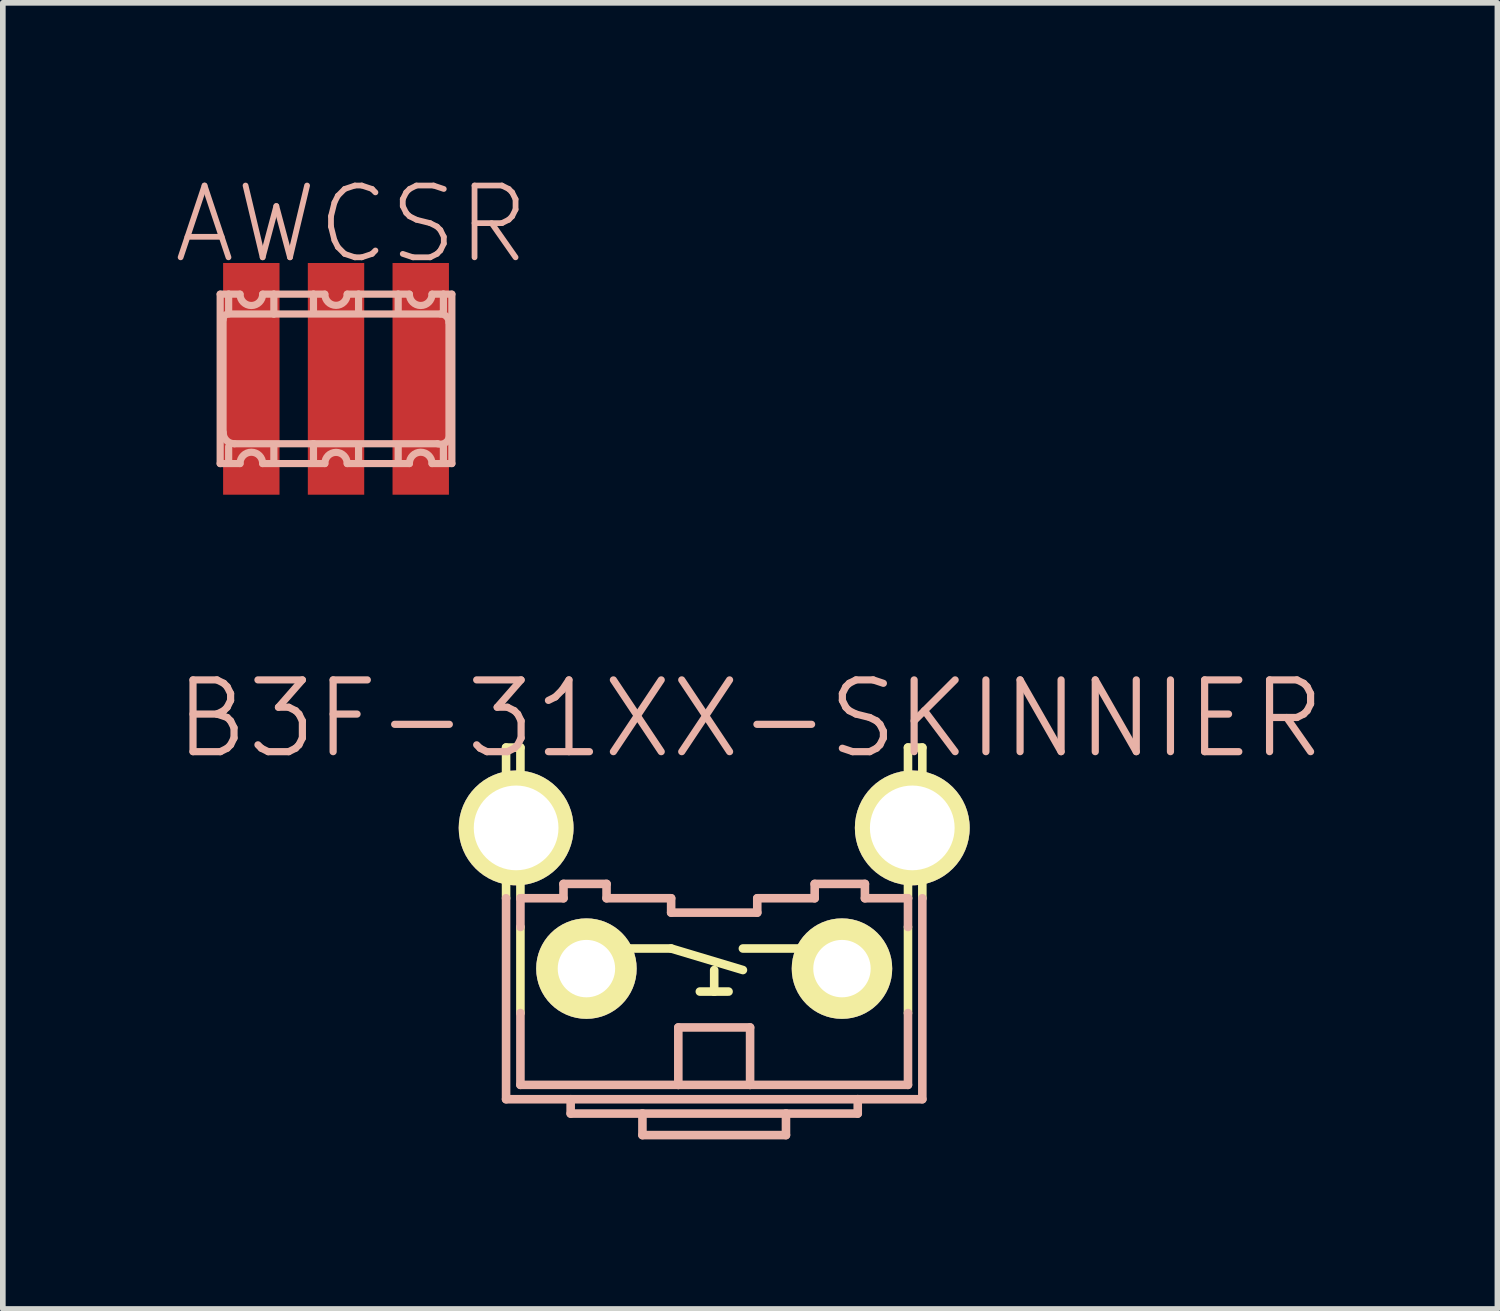
<source format=kicad_pcb>
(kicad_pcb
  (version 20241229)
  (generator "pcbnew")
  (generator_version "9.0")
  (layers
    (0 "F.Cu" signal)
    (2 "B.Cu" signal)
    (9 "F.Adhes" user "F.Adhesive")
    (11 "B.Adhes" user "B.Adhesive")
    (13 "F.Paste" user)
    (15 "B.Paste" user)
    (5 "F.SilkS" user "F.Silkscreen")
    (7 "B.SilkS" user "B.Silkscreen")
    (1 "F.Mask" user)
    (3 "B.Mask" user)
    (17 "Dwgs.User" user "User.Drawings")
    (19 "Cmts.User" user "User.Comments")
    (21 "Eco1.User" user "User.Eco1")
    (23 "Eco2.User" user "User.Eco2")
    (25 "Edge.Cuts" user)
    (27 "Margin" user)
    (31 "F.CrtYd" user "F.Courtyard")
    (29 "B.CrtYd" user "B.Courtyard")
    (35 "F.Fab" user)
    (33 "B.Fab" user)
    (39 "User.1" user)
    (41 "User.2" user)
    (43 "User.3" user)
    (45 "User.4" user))
  (footprint "B3F-31XX-SKINNIER"
    (layer "F.Cu")
    (at 9.588 12.845)
    (property "Reference" "B3F-31XX-SKINNIER" (at 0.635 -3.175 0) (layer "B.SilkS") (effects (font (size 1.27 1.27) (thickness 0.127))))
    (attr exclude_from_pos_files exclude_from_bom)
    (fp_line (start -3.683 -2.667) (end -3.429 -2.667) (stroke (width 0.152) (type solid)) (layer "F.SilkS"))
    (fp_line (start -3.683 0) (end -3.683 -2.667) (stroke (width 0.152) (type solid)) (layer "F.SilkS"))
    (fp_line (start -3.429 -2.667) (end -3.429 0) (stroke (width 0.152) (type solid)) (layer "F.SilkS"))
    (fp_line (start -3.429 0.508) (end -3.429 2.032) (stroke (width 0.152) (type solid)) (layer "F.SilkS"))
    (fp_line (start -1.651 0.889) (end -0.762 0.889) (stroke (width 0.152) (type solid)) (layer "F.SilkS"))
    (fp_line (start -0.762 0.889) (end 0.508 1.27) (stroke (width 0.152) (type solid)) (layer "F.SilkS"))
    (fp_line (start -0.254 1.651) (end 0 1.651) (stroke (width 0.152) (type solid)) (layer "F.SilkS"))
    (fp_line (start 0 1.27) (end 0 1.651) (stroke (width 0.152) (type solid)) (layer "F.SilkS"))
    (fp_line (start 0 1.651) (end 0.254 1.651) (stroke (width 0.152) (type solid)) (layer "F.SilkS"))
    (fp_line (start 0.508 0.889) (end 1.651 0.889) (stroke (width 0.152) (type solid)) (layer "F.SilkS"))
    (fp_line (start 3.429 -2.667) (end 3.683 -2.667) (stroke (width 0.152) (type solid)) (layer "F.SilkS"))
    (fp_line (start 3.429 0) (end 3.429 -2.667) (stroke (width 0.152) (type solid)) (layer "F.SilkS"))
    (fp_line (start 3.429 0.508) (end 3.429 2.032) (stroke (width 0.152) (type solid)) (layer "F.SilkS"))
    (fp_line (start 3.683 -2.667) (end 3.683 0) (stroke (width 0.152) (type solid)) (layer "F.SilkS"))
    (fp_line (start -3.683 0) (end -3.683 3.556) (stroke (width 0.152) (type solid)) (layer "B.SilkS"))
    (fp_line (start -3.429 0) (end -2.667 0) (stroke (width 0.152) (type solid)) (layer "B.SilkS"))
    (fp_line (start -3.429 0.508) (end -3.429 0) (stroke (width 0.152) (type solid)) (layer "B.SilkS"))
    (fp_line (start -3.429 2.032) (end -3.429 3.302) (stroke (width 0.152) (type solid)) (layer "B.SilkS"))
    (fp_line (start -3.429 3.302) (end -0.635 3.302) (stroke (width 0.152) (type solid)) (layer "B.SilkS"))
    (fp_line (start -2.667 -0.254) (end -2.667 0) (stroke (width 0.152) (type solid)) (layer "B.SilkS"))
    (fp_line (start -2.667 -0.254) (end -1.905 -0.254) (stroke (width 0.152) (type solid)) (layer "B.SilkS"))
    (fp_line (start -2.54 3.556) (end -2.54 3.81) (stroke (width 0.152) (type solid)) (layer "B.SilkS"))
    (fp_line (start -2.54 3.81) (end -1.27 3.81) (stroke (width 0.152) (type solid)) (layer "B.SilkS"))
    (fp_line (start -1.905 0) (end -1.905 -0.254) (stroke (width 0.152) (type solid)) (layer "B.SilkS"))
    (fp_line (start -1.905 0) (end -0.762 0) (stroke (width 0.152) (type solid)) (layer "B.SilkS"))
    (fp_line (start -1.27 3.81) (end -1.27 4.191) (stroke (width 0.152) (type solid)) (layer "B.SilkS"))
    (fp_line (start -1.27 3.81) (end 1.27 3.81) (stroke (width 0.152) (type solid)) (layer "B.SilkS"))
    (fp_line (start -1.27 4.191) (end 1.27 4.191) (stroke (width 0.152) (type solid)) (layer "B.SilkS"))
    (fp_line (start -0.762 0.254) (end -0.762 0) (stroke (width 0.152) (type solid)) (layer "B.SilkS"))
    (fp_line (start -0.762 0.254) (end 0.762 0.254) (stroke (width 0.152) (type solid)) (layer "B.SilkS"))
    (fp_line (start -0.635 2.286) (end 0.635 2.286) (stroke (width 0.152) (type solid)) (layer "B.SilkS"))
    (fp_line (start -0.635 3.302) (end -0.635 2.286) (stroke (width 0.152) (type solid)) (layer "B.SilkS"))
    (fp_line (start -0.635 3.302) (end 0.635 3.302) (stroke (width 0.152) (type solid)) (layer "B.SilkS"))
    (fp_line (start 0.635 3.302) (end 0.635 2.286) (stroke (width 0.152) (type solid)) (layer "B.SilkS"))
    (fp_line (start 0.635 3.302) (end 3.429 3.302) (stroke (width 0.152) (type solid)) (layer "B.SilkS"))
    (fp_line (start 0.762 0) (end 0.762 0.254) (stroke (width 0.152) (type solid)) (layer "B.SilkS"))
    (fp_line (start 0.762 0) (end 1.778 0) (stroke (width 0.152) (type solid)) (layer "B.SilkS"))
    (fp_line (start 1.27 3.81) (end 1.27 4.191) (stroke (width 0.152) (type solid)) (layer "B.SilkS"))
    (fp_line (start 1.27 3.81) (end 2.54 3.81) (stroke (width 0.152) (type solid)) (layer "B.SilkS"))
    (fp_line (start 1.778 -0.254) (end 2.667 -0.254) (stroke (width 0.152) (type solid)) (layer "B.SilkS"))
    (fp_line (start 1.778 0) (end 1.778 -0.254) (stroke (width 0.152) (type solid)) (layer "B.SilkS"))
    (fp_line (start 2.54 3.556) (end -3.683 3.556) (stroke (width 0.152) (type solid)) (layer "B.SilkS"))
    (fp_line (start 2.54 3.556) (end 2.54 3.81) (stroke (width 0.152) (type solid)) (layer "B.SilkS"))
    (fp_line (start 2.667 0) (end 2.667 -0.254) (stroke (width 0.152) (type solid)) (layer "B.SilkS"))
    (fp_line (start 2.667 0) (end 3.429 0) (stroke (width 0.152) (type solid)) (layer "B.SilkS"))
    (fp_line (start 3.429 0.508) (end 3.429 0) (stroke (width 0.152) (type solid)) (layer "B.SilkS"))
    (fp_line (start 3.429 2.032) (end 3.429 3.302) (stroke (width 0.152) (type solid)) (layer "B.SilkS"))
    (fp_line (start 3.683 0) (end 3.683 3.556) (stroke (width 0.152) (type solid)) (layer "B.SilkS"))
    (fp_line (start 3.683 3.556) (end 2.54 3.556) (stroke (width 0.152) (type solid)) (layer "B.SilkS"))
    (pad "1" thru_hole circle (at -2.261 1.245) (size 1.778 1.778) (drill 1.016) (layers "*.Cu" "F.Mask" "F.SilkS" "F.Paste"))
    (pad "2" thru_hole circle (at 2.261 1.245) (size 1.778 1.778) (drill 1.016) (layers "*.Cu" "F.Mask" "F.SilkS" "F.Paste"))
    (pad "3" thru_hole circle (at -3.505 -1.245) (size 2.032 2.032) (drill 1.499) (layers "*.Cu" "F.Mask" "F.SilkS" "F.Paste"))
    (pad "4" thru_hole circle (at 3.505 -1.245) (size 2.032 2.032) (drill 1.499) (layers "*.Cu" "F.Mask" "F.SilkS" "F.Paste")))
  (footprint "AWCSR"
    (layer "F.Cu")
    (at 2.896 3.654)
    (property "Reference" "AWCSR" (at 0.274 -2.733 0) (layer "B.SilkS") (effects (font (size 1.27 1.27) (thickness 0.102))))
    (attr smd)
    (fp_line (start -2.05 -1.499) (end -1.9 -1.499) (stroke (width 0.127) (type solid)) (layer "B.SilkS"))
    (fp_line (start -2.05 1.499) (end -2.05 -1.499) (stroke (width 0.127) (type solid)) (layer "B.SilkS"))
    (fp_line (start -1.999 -1.049) (end -1.999 0.95) (stroke (width 0.127) (type solid)) (layer "B.SilkS"))
    (fp_line (start -1.9 -1.499) (end -1.9 -1.199) (stroke (width 0.127) (type solid)) (layer "B.SilkS"))
    (fp_line (start -1.9 -1.499) (end -1.699 -1.499) (stroke (width 0.127) (type solid)) (layer "B.SilkS"))
    (fp_line (start -1.9 1.199) (end -1.9 1.448) (stroke (width 0.127) (type solid)) (layer "B.SilkS"))
    (fp_line (start -1.798 1.148) (end -0.399 1.148) (stroke (width 0.127) (type solid)) (layer "B.SilkS"))
    (fp_line (start -1.699 1.499) (end -2.05 1.499) (stroke (width 0.127) (type solid)) (layer "B.SilkS"))
    (fp_line (start -1.298 -1.499) (end -1.1 -1.499) (stroke (width 0.127) (type solid)) (layer "B.SilkS"))
    (fp_line (start -1.1 -1.499) (end -1.1 -1.148) (stroke (width 0.127) (type solid)) (layer "B.SilkS"))
    (fp_line (start -1.1 -1.499) (end -0.399 -1.499) (stroke (width 0.127) (type solid)) (layer "B.SilkS"))
    (fp_line (start -1.1 -1.148) (end -1.9 -1.148) (stroke (width 0.127) (type solid)) (layer "B.SilkS"))
    (fp_line (start -1.1 1.199) (end -1.1 1.448) (stroke (width 0.127) (type solid)) (layer "B.SilkS"))
    (fp_line (start -0.399 -1.499) (end -0.399 -1.199) (stroke (width 0.127) (type solid)) (layer "B.SilkS"))
    (fp_line (start -0.399 -1.499) (end -0.198 -1.499) (stroke (width 0.127) (type solid)) (layer "B.SilkS"))
    (fp_line (start -0.399 1.148) (end -0.399 1.448) (stroke (width 0.127) (type solid)) (layer "B.SilkS"))
    (fp_line (start -0.399 1.148) (end 1.798 1.148) (stroke (width 0.127) (type solid)) (layer "B.SilkS"))
    (fp_line (start -0.198 1.499) (end -1.298 1.499) (stroke (width 0.127) (type solid)) (layer "B.SilkS"))
    (fp_line (start 0.198 -1.499) (end 0.399 -1.499) (stroke (width 0.127) (type solid)) (layer "B.SilkS"))
    (fp_line (start 0.399 -1.499) (end 0.399 -1.199) (stroke (width 0.127) (type solid)) (layer "B.SilkS"))
    (fp_line (start 0.399 -1.499) (end 1.1 -1.499) (stroke (width 0.127) (type solid)) (layer "B.SilkS"))
    (fp_line (start 0.399 1.199) (end 0.399 1.448) (stroke (width 0.127) (type solid)) (layer "B.SilkS"))
    (fp_line (start 1.1 -1.499) (end 1.1 -1.199) (stroke (width 0.127) (type solid)) (layer "B.SilkS"))
    (fp_line (start 1.1 -1.499) (end 1.298 -1.499) (stroke (width 0.127) (type solid)) (layer "B.SilkS"))
    (fp_line (start 1.1 1.199) (end 1.1 1.448) (stroke (width 0.127) (type solid)) (layer "B.SilkS"))
    (fp_line (start 1.298 1.499) (end 0.198 1.499) (stroke (width 0.127) (type solid)) (layer "B.SilkS"))
    (fp_line (start 1.699 -1.499) (end 1.9 -1.499) (stroke (width 0.127) (type solid)) (layer "B.SilkS"))
    (fp_line (start 1.849 -1.148) (end -1.1 -1.148) (stroke (width 0.127) (type solid)) (layer "B.SilkS"))
    (fp_line (start 1.9 -1.499) (end 1.9 -1.199) (stroke (width 0.127) (type solid)) (layer "B.SilkS"))
    (fp_line (start 1.9 -1.499) (end 2.05 -1.499) (stroke (width 0.127) (type solid)) (layer "B.SilkS"))
    (fp_line (start 1.9 1.199) (end 1.9 1.448) (stroke (width 0.127) (type solid)) (layer "B.SilkS"))
    (fp_line (start 1.999 1.049) (end 1.999 -0.998) (stroke (width 0.127) (type solid)) (layer "B.SilkS"))
    (fp_line (start 2.05 -1.499) (end 2.05 1.499) (stroke (width 0.127) (type solid)) (layer "B.SilkS"))
    (fp_line (start 2.05 1.499) (end 1.699 1.499) (stroke (width 0.127) (type solid)) (layer "B.SilkS"))
    (fp_arc (start -1.99898 -1.04902) (mid -1.969966 -1.119066) (end -1.89992 -1.14808) (stroke (width 0.127) (type solid)) (layer "B.SilkS"))
    (fp_arc (start -1.79832 1.14808) (mid -1.938412 1.090052) (end -1.99644 0.94996) (stroke (width 0.127) (type solid)) (layer "B.SilkS"))
    (fp_arc (start -1.69926 1.4986) (mid -1.4986 1.29794) (end -1.29794 1.4986) (stroke (width 0.127) (type solid)) (layer "B.SilkS"))
    (fp_arc (start -1.29794 -1.4986) (mid -1.4986 -1.29794) (end -1.69926 -1.4986) (stroke (width 0.127) (type solid)) (layer "B.SilkS"))
    (fp_arc (start -0.19812 1.4986) (mid 0 1.30048) (end 0.19812 1.4986) (stroke (width 0.127) (type solid)) (layer "B.SilkS"))
    (fp_arc (start 0.19812 -1.4986) (mid 0 -1.30048) (end -0.19812 -1.4986) (stroke (width 0.127) (type solid)) (layer "B.SilkS"))
    (fp_arc (start 1.29794 1.4986) (mid 1.4986 1.29794) (end 1.69926 1.4986) (stroke (width 0.127) (type solid)) (layer "B.SilkS"))
    (fp_arc (start 1.69926 -1.4986) (mid 1.4986 -1.29794) (end 1.29794 -1.4986) (stroke (width 0.127) (type solid)) (layer "B.SilkS"))
    (fp_arc (start 1.84912 -1.14808) (mid 1.955087 -1.104187) (end 1.99898 -0.99822) (stroke (width 0.127) (type solid)) (layer "B.SilkS"))
    (fp_arc (start 1.99898 1.04902) (mid 1.919166 1.140108) (end 1.79832 1.14808) (stroke (width 0.127) (type solid)) (layer "B.SilkS"))
    (pad "1" smd rect (at -1.499 0 90) (size 4.1 0.998) (layers "F.Cu" "F.Mask" "F.Paste"))
    (pad "2" smd rect (at 0 0 90) (size 4.1 0.998) (layers "F.Cu" "F.Mask" "F.Paste"))
    (pad "3" smd rect (at 1.499 0 90) (size 4.1 0.998) (layers "F.Cu" "F.Mask" "F.Paste")))
  (gr_rect
    (start -3 -3)
    (end 23.447 20.112)
    (stroke (width 0.1) (type default))
    (fill no)
    (layer "Edge.Cuts")))
</source>
